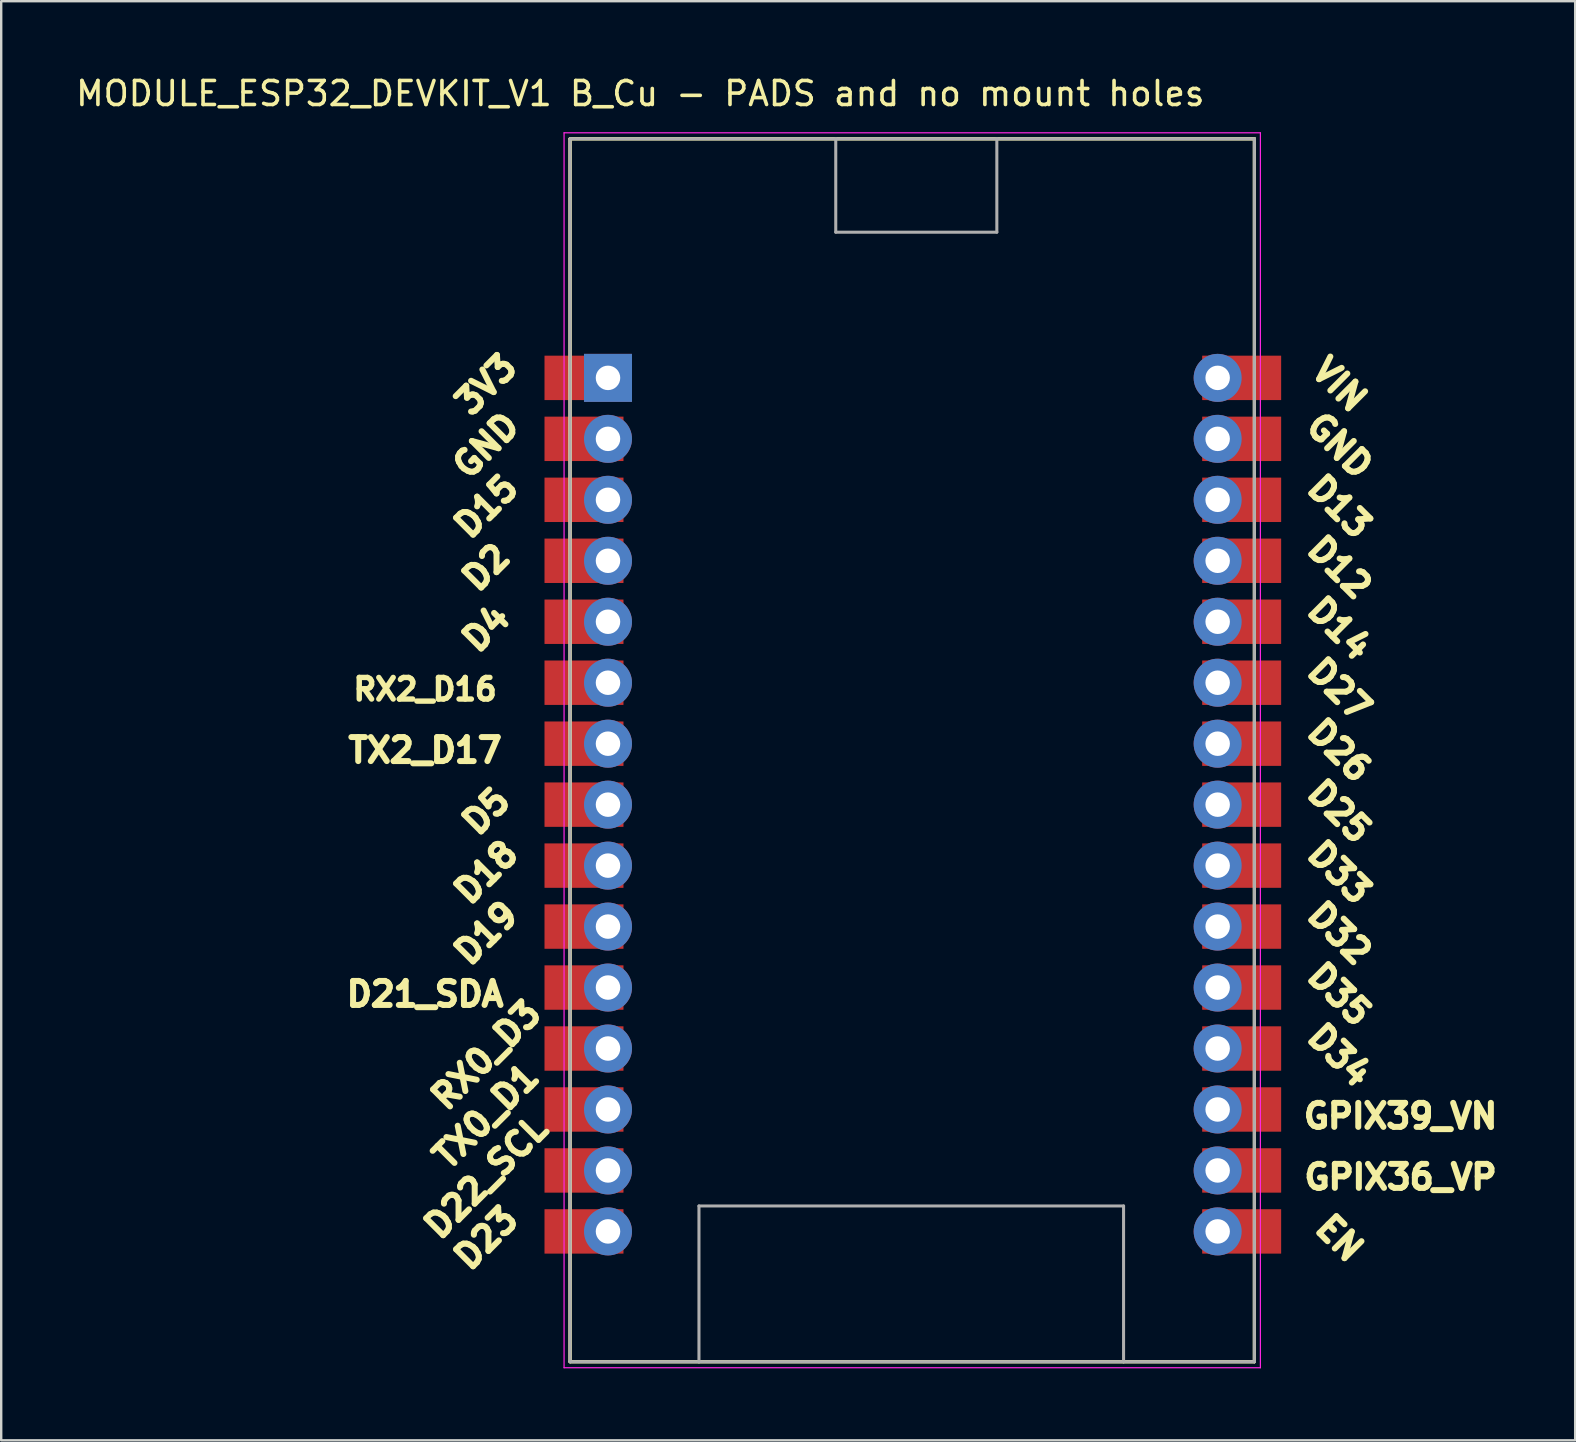
<source format=kicad_pcb>
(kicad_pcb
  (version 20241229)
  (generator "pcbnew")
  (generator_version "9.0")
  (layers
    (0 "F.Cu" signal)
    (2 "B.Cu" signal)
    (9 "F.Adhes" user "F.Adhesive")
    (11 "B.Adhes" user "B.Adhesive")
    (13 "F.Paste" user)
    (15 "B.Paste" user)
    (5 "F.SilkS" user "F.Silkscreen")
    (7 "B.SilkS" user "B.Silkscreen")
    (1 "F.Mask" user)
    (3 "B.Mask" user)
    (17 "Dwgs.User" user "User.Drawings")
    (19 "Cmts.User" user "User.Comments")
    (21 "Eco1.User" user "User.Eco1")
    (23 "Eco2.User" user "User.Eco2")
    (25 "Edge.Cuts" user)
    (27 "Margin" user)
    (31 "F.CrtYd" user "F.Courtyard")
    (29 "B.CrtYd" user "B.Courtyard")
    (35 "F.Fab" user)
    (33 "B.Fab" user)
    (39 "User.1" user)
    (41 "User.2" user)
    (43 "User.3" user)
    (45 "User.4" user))
  (footprint "MODULE_ESP32_DEVKIT_V1 B_Cu - PADS and no mount holes"
    (layer "F.Cu")
    (at 34.98 28.208)
    (property "Reference" "MODULE_ESP32_DEVKIT_V1 B_Cu - PADS and no mount holes" (at -11.355 -27.36 180) (layer "F.SilkS") (effects (font (size 1 1) (thickness 0.15))))
    (attr through_hole)
    (fp_line (start -14.28 -25.475) (end -3.211 -25.475) (stroke (width 0.127) (type solid)) (layer "F.SilkS"))
    (fp_line (start -14.28 -25.475) (end 14.23 -25.475) (stroke (width 0.127) (type solid)) (layer "F.SilkS"))
    (fp_line (start -14.28 25.475) (end -14.28 -25.475) (stroke (width 0.127) (type solid)) (layer "F.SilkS"))
    (fp_line (start -14.28 25.475) (end -14.28 -25.475) (stroke (width 0.127) (type solid)) (layer "F.SilkS"))
    (fp_line (start -14.28 25.475) (end -8.91 25.475) (stroke (width 0.127) (type solid)) (layer "F.SilkS"))
    (fp_line (start -8.91 25.475) (end 8.78 25.475) (stroke (width 0.127) (type solid)) (layer "F.SilkS"))
    (fp_line (start -3.211 -25.475) (end 3.5 -25.475) (stroke (width 0.127) (type solid)) (layer "F.SilkS"))
    (fp_line (start 3.5 -25.475) (end 14.23 -25.475) (stroke (width 0.127) (type solid)) (layer "F.SilkS"))
    (fp_line (start 8.78 25.475) (end 14.23 25.475) (stroke (width 0.127) (type solid)) (layer "F.SilkS"))
    (fp_line (start 14.23 -25.475) (end 14.23 25.475) (stroke (width 0.127) (type solid)) (layer "F.SilkS"))
    (fp_line (start 14.23 -25.475) (end 14.23 25.475) (stroke (width 0.127) (type solid)) (layer "F.SilkS"))
    (fp_line (start 14.23 25.475) (end -14.28 25.475) (stroke (width 0.127) (type solid)) (layer "F.SilkS"))
    (fp_line (start -14.53 -25.725) (end -14.53 25.725) (stroke (width 0.05) (type solid)) (layer "F.CrtYd"))
    (fp_line (start -14.53 25.725) (end 14.48 25.725) (stroke (width 0.05) (type solid)) (layer "F.CrtYd"))
    (fp_line (start 14.48 -25.725) (end -14.53 -25.725) (stroke (width 0.05) (type solid)) (layer "F.CrtYd"))
    (fp_line (start 14.48 25.725) (end 14.48 -25.725) (stroke (width 0.05) (type solid)) (layer "F.CrtYd"))
    (fp_line (start -14.28 -25.475) (end -3.211 -25.475) (stroke (width 0.127) (type solid)) (layer "F.Fab"))
    (fp_line (start -14.28 25.475) (end -14.28 -25.475) (stroke (width 0.127) (type solid)) (layer "F.Fab"))
    (fp_line (start -14.28 25.475) (end -8.91 25.475) (stroke (width 0.127) (type solid)) (layer "F.Fab"))
    (fp_line (start -8.91 18.985) (end 8.78 18.985) (stroke (width 0.127) (type solid)) (layer "F.Fab"))
    (fp_line (start -8.91 25.475) (end -8.91 18.985) (stroke (width 0.127) (type solid)) (layer "F.Fab"))
    (fp_line (start -8.91 25.475) (end 8.78 25.475) (stroke (width 0.127) (type solid)) (layer "F.Fab"))
    (fp_line (start -3.211 -25.475) (end 3.5 -25.475) (stroke (width 0.127) (type solid)) (layer "F.Fab"))
    (fp_line (start -3.211 -21.585) (end -3.211 -25.475) (stroke (width 0.127) (type solid)) (layer "F.Fab"))
    (fp_line (start 3.5 -25.475) (end 3.5 -21.585) (stroke (width 0.127) (type solid)) (layer "F.Fab"))
    (fp_line (start 3.5 -25.475) (end 14.23 -25.475) (stroke (width 0.127) (type solid)) (layer "F.Fab"))
    (fp_line (start 3.5 -21.585) (end -3.211 -21.585) (stroke (width 0.127) (type solid)) (layer "F.Fab"))
    (fp_line (start 8.78 18.985) (end 8.78 25.475) (stroke (width 0.127) (type solid)) (layer "F.Fab"))
    (fp_line (start 8.78 25.475) (end 14.23 25.475) (stroke (width 0.127) (type solid)) (layer "F.Fab"))
    (fp_line (start 14.23 -25.475) (end 14.23 25.475) (stroke (width 0.127) (type solid)) (layer "F.Fab"))
    (fp_text user "D21_SDA" (at -20.32 10.16 0) (unlocked yes) (layer "F.SilkS") (effects (font (size 1 1) (thickness 0.25) (bold yes))))
    (fp_text user "3V3" (at -17.78 -15.24 45) (unlocked yes) (layer "F.SilkS") (effects (font (size 1 1) (thickness 0.25) (bold yes))))
    (fp_text user "GPIX39_VN" (at 20.32 15.24 0) (unlocked yes) (layer "F.SilkS") (effects (font (size 1 1) (thickness 0.25) (bold yes))))
    (fp_text user "D25" (at 17.78 2.54 315) (unlocked yes) (layer "F.SilkS") (effects (font (size 1 1) (thickness 0.25) (bold yes))))
    (fp_text user "D5" (at -17.78 2.54 45) (unlocked yes) (layer "F.SilkS") (effects (font (size 1 1) (thickness 0.25) (bold yes))))
    (fp_text user "D19" (at -17.78 7.62 45) (unlocked yes) (layer "F.SilkS") (effects (font (size 1 1) (thickness 0.25) (bold yes))))
    (fp_text user "D33" (at 17.78 5.08 315) (unlocked yes) (layer "F.SilkS") (effects (font (size 1 1) (thickness 0.25) (bold yes))))
    (fp_text user "D34" (at 17.78 12.7 315) (unlocked yes) (layer "F.SilkS") (effects (font (size 1 1) (thickness 0.25) (bold yes))))
    (fp_text user "VIN" (at 17.78 -15.24 315) (unlocked yes) (layer "F.SilkS") (effects (font (size 1 1) (thickness 0.25) (bold yes))))
    (fp_text user "D23" (at -17.78 20.32 45) (unlocked yes) (layer "F.SilkS") (effects (font (size 1 1) (thickness 0.25) (bold yes))))
    (fp_text user "TX2_D17" (at -20.32 0 0) (unlocked yes) (layer "F.SilkS") (effects (font (size 1 1) (thickness 0.25) (bold yes))))
    (fp_text user "D2" (at -17.78 -7.62 45) (unlocked yes) (layer "F.SilkS") (effects (font (size 1 1) (thickness 0.25) (bold yes))))
    (fp_text user "D22_SCL" (at -17.78 17.78 45) (unlocked yes) (layer "F.SilkS") (effects (font (size 1 1) (thickness 0.25) (bold yes))))
    (fp_text user "GND" (at -17.78 -12.7 45) (unlocked yes) (layer "F.SilkS") (effects (font (size 1 1) (thickness 0.25) (bold yes))))
    (fp_text user "TX0_D1" (at -17.78 15.24 45) (unlocked yes) (layer "F.SilkS") (effects (font (size 1 1) (thickness 0.25) (bold yes))))
    (fp_text user "GPIX36_VP" (at 20.32 17.78 0) (unlocked yes) (layer "F.SilkS") (effects (font (size 1 1) (thickness 0.25) (bold yes))))
    (fp_text user "D15" (at -17.78 -10.16 45) (unlocked yes) (layer "F.SilkS") (effects (font (size 1 1) (thickness 0.25) (bold yes))))
    (fp_text user "D26" (at 17.78 0 315) (unlocked yes) (layer "F.SilkS") (effects (font (size 1 1) (thickness 0.25) (bold yes))))
    (fp_text user "D14" (at 17.78 -5.08 315) (unlocked yes) (layer "F.SilkS") (effects (font (size 1 1) (thickness 0.25) (bold yes))))
    (fp_text user "RX2_D16" (at -20.32 -2.54 0) (unlocked yes) (layer "F.SilkS") (effects (font (size 0.9 0.9) (thickness 0.225) (bold yes))))
    (fp_text user "GND" (at 17.78 -12.7 315) (unlocked yes) (layer "F.SilkS") (effects (font (size 1 1) (thickness 0.25) (bold yes))))
    (fp_text user "D18" (at -17.78 5.08 45) (unlocked yes) (layer "F.SilkS") (effects (font (size 1 1) (thickness 0.25) (bold yes))))
    (fp_text user "RX0_D3" (at -17.78 12.7 45) (unlocked yes) (layer "F.SilkS") (effects (font (size 1 1) (thickness 0.25) (bold yes))))
    (fp_text user "D13" (at 17.78 -10.16 315) (unlocked yes) (layer "F.SilkS") (effects (font (size 1 1) (thickness 0.25) (bold yes))))
    (fp_text user "D35" (at 17.78 10.16 315) (unlocked yes) (layer "F.SilkS") (effects (font (size 1 1) (thickness 0.25) (bold yes))))
    (fp_text user "D4" (at -17.78 -5.08 45) (unlocked yes) (layer "F.SilkS") (effects (font (size 1 1) (thickness 0.25) (bold yes))))
    (fp_text user "D27" (at 17.78 -2.54 315) (unlocked yes) (layer "F.SilkS") (effects (font (size 1 1) (thickness 0.25) (bold yes))))
    (fp_text user "D32" (at 17.78 7.62 315) (unlocked yes) (layer "F.SilkS") (effects (font (size 1 1) (thickness 0.25) (bold yes))))
    (fp_text user "D12" (at 17.78 -7.62 315) (unlocked yes) (layer "F.SilkS") (effects (font (size 1 1) (thickness 0.25) (bold yes))))
    (fp_text user "EN" (at 17.78 20.32 315) (unlocked yes) (layer "F.SilkS") (effects (font (size 1 1) (thickness 0.25) (bold yes))))
    (pad "1" smd rect (at -13.7 -15.515) (size 3.29 1.85) (layers "F.Cu" "F.Mask"))
    (pad "1" thru_hole rect (at -12.7 -15.515) (size 2 2) (drill 1.02) (layers "*.Cu" "*.Mask"))
    (pad "2" smd rect (at -13.7 -12.975) (size 3.29 1.85) (layers "F.Cu" "F.Mask"))
    (pad "2" thru_hole circle (at -12.7 -12.975) (size 2 2) (drill 1.02) (layers "*.Cu" "*.Mask"))
    (pad "3" smd rect (at -13.7 -10.435) (size 3.29 1.85) (layers "F.Cu" "F.Mask"))
    (pad "3" thru_hole circle (at -12.7 -10.435) (size 2 2) (drill 1.02) (layers "*.Cu" "*.Mask"))
    (pad "4" smd rect (at -13.7 -7.895) (size 3.29 1.85) (layers "F.Cu" "F.Mask"))
    (pad "4" thru_hole circle (at -12.7 -7.895) (size 2 2) (drill 1.02) (layers "*.Cu" "*.Mask"))
    (pad "5" smd rect (at -13.7 -5.355) (size 3.29 1.85) (layers "F.Cu" "F.Mask"))
    (pad "5" thru_hole circle (at -12.7 -5.355) (size 2 2) (drill 1.02) (layers "*.Cu" "*.Mask"))
    (pad "6" smd rect (at -13.7 -2.815) (size 3.29 1.85) (layers "F.Cu" "F.Mask"))
    (pad "6" thru_hole circle (at -12.7 -2.815) (size 2 2) (drill 1.02) (layers "*.Cu" "*.Mask"))
    (pad "7" smd rect (at -13.7 -0.275) (size 3.29 1.85) (layers "F.Cu" "F.Mask"))
    (pad "7" thru_hole circle (at -12.7 -0.275) (size 2 2) (drill 1.02) (layers "*.Cu" "*.Mask"))
    (pad "8" smd rect (at -13.7 2.265) (size 3.29 1.85) (layers "F.Cu" "F.Mask"))
    (pad "8" thru_hole circle (at -12.7 2.265) (size 2 2) (drill 1.02) (layers "*.Cu" "*.Mask"))
    (pad "9" smd rect (at -13.7 4.805) (size 3.29 1.85) (layers "F.Cu" "F.Mask"))
    (pad "9" thru_hole circle (at -12.7 4.805) (size 2 2) (drill 1.02) (layers "*.Cu" "*.Mask"))
    (pad "10" smd rect (at -13.7 7.345) (size 3.29 1.85) (layers "F.Cu" "F.Mask"))
    (pad "10" thru_hole circle (at -12.7 7.345) (size 2 2) (drill 1.02) (layers "*.Cu" "*.Mask"))
    (pad "11" smd rect (at -13.7 9.885) (size 3.29 1.85) (layers "F.Cu" "F.Mask"))
    (pad "11" thru_hole circle (at -12.7 9.885) (size 2 2) (drill 1.02) (layers "*.Cu" "*.Mask"))
    (pad "12" smd rect (at -13.7 12.425) (size 3.29 1.85) (layers "F.Cu" "F.Mask"))
    (pad "12" thru_hole circle (at -12.7 12.425) (size 2 2) (drill 1.02) (layers "*.Cu" "*.Mask"))
    (pad "13" smd rect (at -13.7 14.965) (size 3.29 1.85) (layers "F.Cu" "F.Mask"))
    (pad "13" thru_hole circle (at -12.7 14.965) (size 2 2) (drill 1.02) (layers "*.Cu" "*.Mask"))
    (pad "14" smd rect (at -13.7 17.505) (size 3.29 1.85) (layers "F.Cu" "F.Mask"))
    (pad "14" thru_hole circle (at -12.7 17.505) (size 2 2) (drill 1.02) (layers "*.Cu" "*.Mask"))
    (pad "15" smd rect (at -13.7 20.045) (size 3.29 1.85) (layers "F.Cu" "F.Mask"))
    (pad "15" thru_hole circle (at -12.7 20.045) (size 2 2) (drill 1.02) (layers "*.Cu" "*.Mask"))
    (pad "16" thru_hole circle (at 12.7 20.045) (size 2 2) (drill 1.02) (layers "*.Cu" "*.Mask"))
    (pad "16" smd rect (at 13.7 20.045) (size 3.29 1.85) (layers "F.Cu" "F.Mask"))
    (pad "17" thru_hole circle (at 12.7 17.505) (size 2 2) (drill 1.02) (layers "*.Cu" "*.Mask"))
    (pad "17" smd rect (at 13.7 17.505) (size 3.29 1.85) (layers "F.Cu" "F.Mask"))
    (pad "18" thru_hole circle (at 12.7 14.965) (size 2 2) (drill 1.02) (layers "*.Cu" "*.Mask"))
    (pad "18" smd rect (at 13.7 14.965) (size 3.29 1.85) (layers "F.Cu" "F.Mask"))
    (pad "19" thru_hole circle (at 12.7 12.425) (size 2 2) (drill 1.02) (layers "*.Cu" "*.Mask"))
    (pad "19" smd rect (at 13.7 12.425) (size 3.29 1.85) (layers "F.Cu" "F.Mask"))
    (pad "20" thru_hole circle (at 12.7 9.885) (size 2 2) (drill 1.02) (layers "*.Cu" "*.Mask"))
    (pad "20" smd rect (at 13.7 9.885) (size 3.29 1.85) (layers "F.Cu" "F.Mask"))
    (pad "21" thru_hole circle (at 12.7 7.345) (size 2 2) (drill 1.02) (layers "*.Cu" "*.Mask"))
    (pad "21" smd rect (at 13.7 7.345) (size 3.29 1.85) (layers "F.Cu" "F.Mask"))
    (pad "22" thru_hole circle (at 12.7 4.805) (size 2 2) (drill 1.02) (layers "*.Cu" "*.Mask"))
    (pad "22" smd rect (at 13.7 4.805) (size 3.29 1.85) (layers "F.Cu" "F.Mask"))
    (pad "23" thru_hole circle (at 12.7 2.265) (size 2 2) (drill 1.02) (layers "*.Cu" "*.Mask"))
    (pad "23" smd rect (at 13.7 2.265) (size 3.29 1.85) (layers "F.Cu" "F.Mask"))
    (pad "24" thru_hole circle (at 12.7 -0.275) (size 2 2) (drill 1.02) (layers "*.Cu" "*.Mask"))
    (pad "24" smd rect (at 13.7 -0.275) (size 3.29 1.85) (layers "F.Cu" "F.Mask"))
    (pad "25" thru_hole circle (at 12.7 -2.815) (size 2 2) (drill 1.02) (layers "*.Cu" "*.Mask"))
    (pad "25" smd rect (at 13.7 -2.815) (size 3.29 1.85) (layers "F.Cu" "F.Mask"))
    (pad "26" thru_hole circle (at 12.7 -5.355) (size 2 2) (drill 1.02) (layers "*.Cu" "*.Mask"))
    (pad "26" smd rect (at 13.7 -5.355) (size 3.29 1.85) (layers "F.Cu" "F.Mask"))
    (pad "27" thru_hole circle (at 12.7 -7.895) (size 2 2) (drill 1.02) (layers "*.Cu" "*.Mask"))
    (pad "27" smd rect (at 13.7 -7.895) (size 3.29 1.85) (layers "F.Cu" "F.Mask"))
    (pad "28" thru_hole circle (at 12.7 -10.435) (size 2 2) (drill 1.02) (layers "*.Cu" "*.Mask"))
    (pad "28" smd rect (at 13.7 -10.435) (size 3.29 1.85) (layers "F.Cu" "F.Mask"))
    (pad "29" thru_hole circle (at 12.7 -12.975) (size 2 2) (drill 1.02) (layers "*.Cu" "*.Mask"))
    (pad "29" smd rect (at 13.7 -12.975) (size 3.29 1.85) (layers "F.Cu" "F.Mask"))
    (pad "30" thru_hole circle (at 12.7 -15.515) (size 2 2) (drill 1.02) (layers "*.Cu" "*.Mask"))
    (pad "30" smd rect (at 13.7 -15.515) (size 3.29 1.85) (layers "F.Cu" "F.Mask")))
  (gr_rect
    (start -3 -3)
    (end 62.575 56.958)
    (stroke (width 0.1) (type default))
    (fill no)
    (layer "Edge.Cuts")))
</source>
